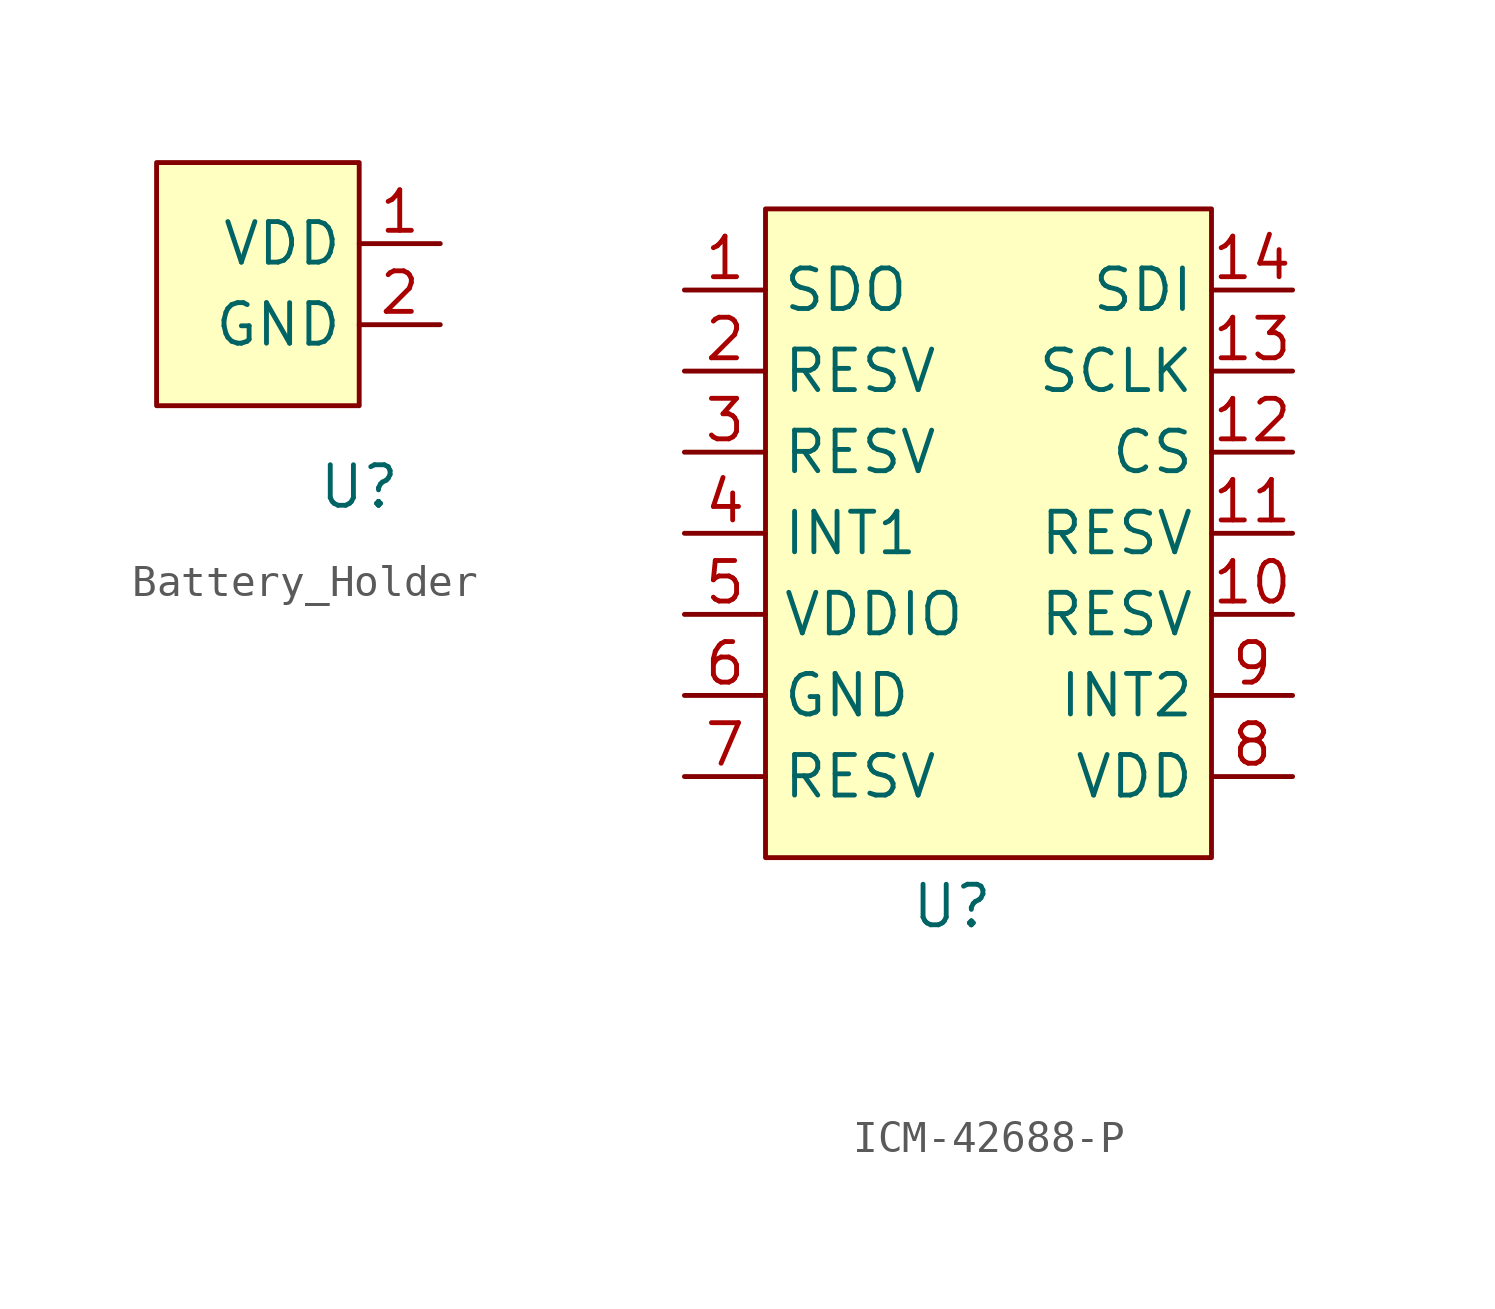
<source format=kicad_sym>
(kicad_symbol_lib
  (version 20241209)
  (generator "kicad_symbol_editor")
  (generator_version "9.0")
  (symbol "Battery_Holder"
    (property "Reference" "U"
      (at 0 0 0)
      (effects (font (size 1.27 1.27))))
    (property "Value" ""
      (at 0 0 0)
      (effects (font (size 1.27 1.27))))
    (symbol "Battery_Holder_1_1"
      (rectangle (start -6.35 10.16) (end 0 2.54) (stroke (width 0) (type solid)) (fill (type background)))
      (pin input line (at 2.54 7.62 180) (length 2.54) (name "VDD" (effects (font (size 1.27 1.27)))) (number "1" (effects (font (size 1.27 1.27)))))
      (pin input line (at 2.54 5.08 180) (length 2.54) (name "GND" (effects (font (size 1.27 1.27)))) (number "2" (effects (font (size 1.27 1.27)))))))
  (symbol "ICM-42688-P"
    (property "Reference" "U"
      (at -1.778 3.556 0)
      (effects (font (size 1.27 1.27))))
    (property "Value" ""
      (at 0 0 0)
      (effects (font (size 1.27 1.27))))
    (symbol "ICM-42688-P_1_1"
      (rectangle (start -7.62 25.4) (end 6.35 5.08) (stroke (width 0) (type solid)) (fill (type background)))
      (pin output line (at -10.16 22.86 0) (length 2.54) (name "SDO" (effects (font (size 1.27 1.27)))) (number "1" (effects (font (size 1.27 1.27)))))
      (pin input line (at -10.16 20.32 0) (length 2.54) (name "RESV" (effects (font (size 1.27 1.27)))) (number "2" (effects (font (size 1.27 1.27)))))
      (pin input line (at -10.16 17.78 0) (length 2.54) (name "RESV" (effects (font (size 1.27 1.27)))) (number "3" (effects (font (size 1.27 1.27)))))
      (pin output line (at -10.16 15.24 0) (length 2.54) (name "INT1" (effects (font (size 1.27 1.27)))) (number "4" (effects (font (size 1.27 1.27)))))
      (pin input line (at -10.16 12.7 0) (length 2.54) (name "VDDIO" (effects (font (size 1.27 1.27)))) (number "5" (effects (font (size 1.27 1.27)))))
      (pin input line (at -10.16 10.16 0) (length 2.54) (name "GND" (effects (font (size 1.27 1.27)))) (number "6" (effects (font (size 1.27 1.27)))))
      (pin input line (at -10.16 7.62 0) (length 2.54) (name "RESV" (effects (font (size 1.27 1.27)))) (number "7" (effects (font (size 1.27 1.27)))))
      (pin input line (at 8.89 22.86 180) (length 2.54) (name "SDI" (effects (font (size 1.27 1.27)))) (number "14" (effects (font (size 1.27 1.27)))))
      (pin input line (at 8.89 20.32 180) (length 2.54) (name "SCLK" (effects (font (size 1.27 1.27)))) (number "13" (effects (font (size 1.27 1.27)))))
      (pin input line (at 8.89 17.78 180) (length 2.54) (name "CS" (effects (font (size 1.27 1.27)))) (number "12" (effects (font (size 1.27 1.27)))))
      (pin input line (at 8.89 15.24 180) (length 2.54) (name "RESV" (effects (font (size 1.27 1.27)))) (number "11" (effects (font (size 1.27 1.27)))))
      (pin input line (at 8.89 12.7 180) (length 2.54) (name "RESV" (effects (font (size 1.27 1.27)))) (number "10" (effects (font (size 1.27 1.27)))))
      (pin input line (at 8.89 10.16 180) (length 2.54) (name "INT2" (effects (font (size 1.27 1.27)))) (number "9" (effects (font (size 1.27 1.27)))))
      (pin input line (at 8.89 7.62 180) (length 2.54) (name "VDD" (effects (font (size 1.27 1.27)))) (number "8" (effects (font (size 1.27 1.27))))))))
</source>
